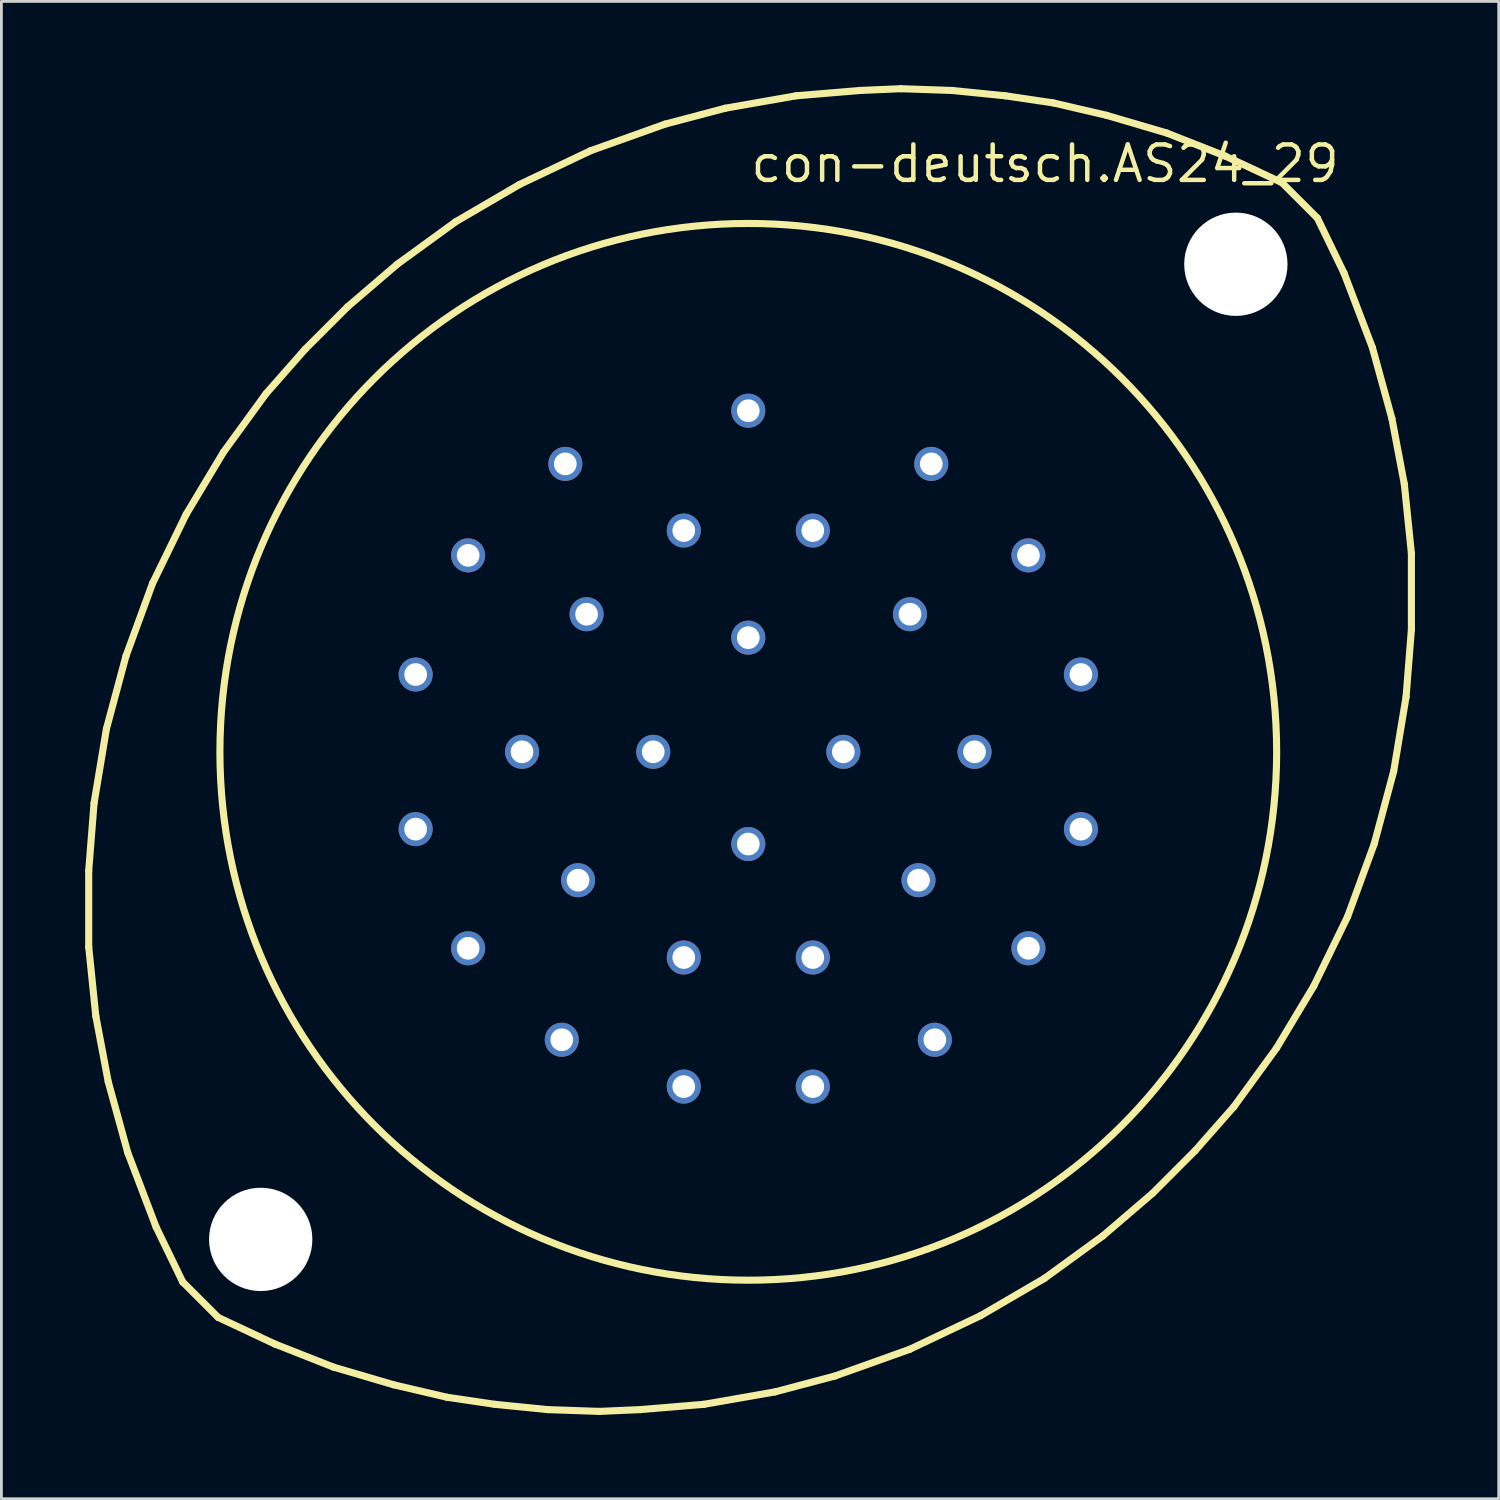
<source format=kicad_pcb>
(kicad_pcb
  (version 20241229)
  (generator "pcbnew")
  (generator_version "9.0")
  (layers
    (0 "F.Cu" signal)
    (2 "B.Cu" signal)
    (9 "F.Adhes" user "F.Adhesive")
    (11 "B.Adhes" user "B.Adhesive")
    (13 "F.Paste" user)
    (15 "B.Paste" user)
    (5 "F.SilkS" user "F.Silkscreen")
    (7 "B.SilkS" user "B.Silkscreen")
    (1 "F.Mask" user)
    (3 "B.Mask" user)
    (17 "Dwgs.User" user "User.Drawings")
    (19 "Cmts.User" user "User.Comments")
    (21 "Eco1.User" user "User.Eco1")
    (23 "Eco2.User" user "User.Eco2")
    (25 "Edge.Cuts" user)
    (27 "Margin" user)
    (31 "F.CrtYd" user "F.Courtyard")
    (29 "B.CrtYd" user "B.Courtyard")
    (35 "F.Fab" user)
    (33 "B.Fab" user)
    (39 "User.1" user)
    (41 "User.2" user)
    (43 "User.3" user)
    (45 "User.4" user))
  (footprint "con-deutsch.AS24_29"
    (layer "F.Cu")
    (at 23.749 23.876)
    (property "Reference" "con-deutsch.AS24_29" (at 0 -20.32 0) (layer "F.SilkS") (effects (font (size 1.27 1.27) (thickness 0.16)) (justify left bottom)))
    (attr through_hole)
    (fp_line (start -23.622 4.255) (end -23.431 1.841) (stroke (width 0.254) (type default)) (layer "F.SilkS"))
    (fp_line (start -23.622 6.985) (end -23.622 4.255) (stroke (width 0.254) (type default)) (layer "F.SilkS"))
    (fp_line (start -23.431 1.841) (end -22.987 -0.826) (stroke (width 0.254) (type default)) (layer "F.SilkS"))
    (fp_line (start -23.368 9.461) (end -23.622 6.985) (stroke (width 0.254) (type default)) (layer "F.SilkS"))
    (fp_line (start -22.987 -0.826) (end -22.288 -3.429) (stroke (width 0.254) (type default)) (layer "F.SilkS"))
    (fp_line (start -22.924 11.811) (end -23.368 9.461) (stroke (width 0.254) (type default)) (layer "F.SilkS"))
    (fp_line (start -22.288 -3.429) (end -21.336 -6.032) (stroke (width 0.254) (type default)) (layer "F.SilkS"))
    (fp_line (start -22.225 14.351) (end -22.924 11.811) (stroke (width 0.254) (type default)) (layer "F.SilkS"))
    (fp_line (start -21.336 -6.032) (end -20.13 -8.509) (stroke (width 0.254) (type default)) (layer "F.SilkS"))
    (fp_line (start -21.209 17.018) (end -22.225 14.351) (stroke (width 0.254) (type default)) (layer "F.SilkS"))
    (fp_line (start -20.256 18.986) (end -21.209 17.018) (stroke (width 0.254) (type default)) (layer "F.SilkS"))
    (fp_line (start -20.256 18.986) (end -18.986 20.256) (stroke (width 0.254) (type default)) (layer "F.SilkS"))
    (fp_line (start -20.13 -8.509) (end -18.796 -10.732) (stroke (width 0.254) (type default)) (layer "F.SilkS"))
    (fp_line (start -18.796 -10.732) (end -17.272 -12.827) (stroke (width 0.254) (type default)) (layer "F.SilkS"))
    (fp_line (start -17.272 -12.827) (end -15.875 -14.415) (stroke (width 0.254) (type default)) (layer "F.SilkS"))
    (fp_line (start -16.954 21.209) (end -18.986 20.256) (stroke (width 0.254) (type default)) (layer "F.SilkS"))
    (fp_line (start -15.875 -14.415) (end -14.351 -15.938) (stroke (width 0.254) (type default)) (layer "F.SilkS"))
    (fp_line (start -14.859 22.035) (end -16.954 21.209) (stroke (width 0.254) (type default)) (layer "F.SilkS"))
    (fp_line (start -14.351 -15.938) (end -12.573 -17.462) (stroke (width 0.254) (type default)) (layer "F.SilkS"))
    (fp_line (start -12.7 22.669) (end -14.859 22.035) (stroke (width 0.254) (type default)) (layer "F.SilkS"))
    (fp_line (start -12.573 -17.462) (end -10.477 -18.986) (stroke (width 0.254) (type default)) (layer "F.SilkS"))
    (fp_line (start -10.795 23.114) (end -12.7 22.669) (stroke (width 0.254) (type default)) (layer "F.SilkS"))
    (fp_line (start -10.477 -18.986) (end -8.191 -20.32) (stroke (width 0.254) (type default)) (layer "F.SilkS"))
    (fp_line (start -9.081 23.368) (end -10.795 23.114) (stroke (width 0.254) (type default)) (layer "F.SilkS"))
    (fp_line (start -8.191 -20.32) (end -5.652 -21.526) (stroke (width 0.254) (type default)) (layer "F.SilkS"))
    (fp_line (start -7.176 23.558) (end -9.081 23.368) (stroke (width 0.254) (type default)) (layer "F.SilkS"))
    (fp_line (start -5.652 -21.526) (end -2.985 -22.479) (stroke (width 0.254) (type default)) (layer "F.SilkS"))
    (fp_line (start -5.334 23.622) (end -7.176 23.558) (stroke (width 0.254) (type default)) (layer "F.SilkS"))
    (fp_line (start -3.873 23.558) (end -5.334 23.622) (stroke (width 0.254) (type default)) (layer "F.SilkS"))
    (fp_line (start -2.985 -22.479) (end -0.826 -23.05) (stroke (width 0.254) (type default)) (layer "F.SilkS"))
    (fp_line (start -1.587 23.368) (end -3.873 23.558) (stroke (width 0.254) (type default)) (layer "F.SilkS"))
    (fp_line (start -0.826 -23.05) (end 1.714 -23.495) (stroke (width 0.254) (type default)) (layer "F.SilkS"))
    (fp_line (start 0.953 22.924) (end -1.587 23.368) (stroke (width 0.254) (type default)) (layer "F.SilkS"))
    (fp_line (start 1.714 -23.495) (end 4 -23.686) (stroke (width 0.254) (type default)) (layer "F.SilkS"))
    (fp_line (start 3.111 22.352) (end 0.953 22.924) (stroke (width 0.254) (type default)) (layer "F.SilkS"))
    (fp_line (start 4 -23.686) (end 5.461 -23.749) (stroke (width 0.254) (type default)) (layer "F.SilkS"))
    (fp_line (start 5.461 -23.749) (end 7.303 -23.686) (stroke (width 0.254) (type default)) (layer "F.SilkS"))
    (fp_line (start 5.779 21.399) (end 3.111 22.352) (stroke (width 0.254) (type default)) (layer "F.SilkS"))
    (fp_line (start 7.303 -23.686) (end 9.207 -23.495) (stroke (width 0.254) (type default)) (layer "F.SilkS"))
    (fp_line (start 8.319 20.193) (end 5.779 21.399) (stroke (width 0.254) (type default)) (layer "F.SilkS"))
    (fp_line (start 9.207 -23.495) (end 10.922 -23.241) (stroke (width 0.254) (type default)) (layer "F.SilkS"))
    (fp_line (start 10.604 18.86) (end 8.319 20.193) (stroke (width 0.254) (type default)) (layer "F.SilkS"))
    (fp_line (start 10.922 -23.241) (end 12.827 -22.797) (stroke (width 0.254) (type default)) (layer "F.SilkS"))
    (fp_line (start 12.7 17.335) (end 10.604 18.86) (stroke (width 0.254) (type default)) (layer "F.SilkS"))
    (fp_line (start 12.827 -22.797) (end 14.986 -22.162) (stroke (width 0.254) (type default)) (layer "F.SilkS"))
    (fp_line (start 14.478 15.812) (end 12.7 17.335) (stroke (width 0.254) (type default)) (layer "F.SilkS"))
    (fp_line (start 14.986 -22.162) (end 17.081 -21.336) (stroke (width 0.254) (type default)) (layer "F.SilkS"))
    (fp_line (start 16.002 14.287) (end 14.478 15.812) (stroke (width 0.254) (type default)) (layer "F.SilkS"))
    (fp_line (start 17.081 -21.336) (end 19.113 -20.384) (stroke (width 0.254) (type default)) (layer "F.SilkS"))
    (fp_line (start 17.399 12.7) (end 16.002 14.287) (stroke (width 0.254) (type default)) (layer "F.SilkS"))
    (fp_line (start 18.923 10.604) (end 17.399 12.7) (stroke (width 0.254) (type default)) (layer "F.SilkS"))
    (fp_line (start 19.113 -20.384) (end 20.384 -19.113) (stroke (width 0.254) (type default)) (layer "F.SilkS"))
    (fp_line (start 20.256 8.382) (end 18.923 10.604) (stroke (width 0.254) (type default)) (layer "F.SilkS"))
    (fp_line (start 20.384 -19.113) (end 21.336 -17.145) (stroke (width 0.254) (type default)) (layer "F.SilkS"))
    (fp_line (start 21.336 -17.145) (end 22.352 -14.478) (stroke (width 0.254) (type default)) (layer "F.SilkS"))
    (fp_line (start 21.463 5.905) (end 20.256 8.382) (stroke (width 0.254) (type default)) (layer "F.SilkS"))
    (fp_line (start 22.352 -14.478) (end 23.05 -11.938) (stroke (width 0.254) (type default)) (layer "F.SilkS"))
    (fp_line (start 22.416 3.302) (end 21.463 5.905) (stroke (width 0.254) (type default)) (layer "F.SilkS"))
    (fp_line (start 23.05 -11.938) (end 23.495 -9.588) (stroke (width 0.254) (type default)) (layer "F.SilkS"))
    (fp_line (start 23.114 0.699) (end 22.416 3.302) (stroke (width 0.254) (type default)) (layer "F.SilkS"))
    (fp_line (start 23.495 -9.588) (end 23.749 -7.112) (stroke (width 0.254) (type default)) (layer "F.SilkS"))
    (fp_line (start 23.558 -1.968) (end 23.114 0.699) (stroke (width 0.254) (type default)) (layer "F.SilkS"))
    (fp_line (start 23.749 -7.112) (end 23.749 -4.381) (stroke (width 0.254) (type default)) (layer "F.SilkS"))
    (fp_line (start 23.749 -4.381) (end 23.558 -1.968) (stroke (width 0.254) (type default)) (layer "F.SilkS"))
    (fp_circle (center 0 0) (end 18.923 0) (stroke (width 0.254) (type default)) (fill no) (layer "F.SilkS"))
    (pad "" np_thru_hole circle (at -17.462 17.462) (size 3.7 3.7) (drill 3.7) (layers "*.Cu" "*.Mask"))
    (pad "" np_thru_hole circle (at 17.462 -17.462) (size 3.7 3.7) (drill 3.7) (layers "*.Cu" "*.Mask"))
    (pad "A" thru_hole circle (at 0 -12.217) (size 1.219 1.219) (drill 0.813) (layers "*.Cu" "*.Mask"))
    (pad "A'" thru_hole circle (at -8.103 0) (size 1.219 1.219) (drill 0.813) (layers "*.Cu" "*.Mask"))
    (pad "B" thru_hole circle (at 6.553 -10.312) (size 1.219 1.219) (drill 0.813) (layers "*.Cu" "*.Mask"))
    (pad "B'" thru_hole circle (at -5.791 -4.928) (size 1.219 1.219) (drill 0.813) (layers "*.Cu" "*.Mask"))
    (pad "C" thru_hole circle (at 10.033 -7.036) (size 1.219 1.219) (drill 0.813) (layers "*.Cu" "*.Mask"))
    (pad "C'" thru_hole circle (at 0 -4.089) (size 1.219 1.219) (drill 0.813) (layers "*.Cu" "*.Mask"))
    (pad "D" thru_hole circle (at 11.913 -2.769) (size 1.219 1.219) (drill 0.813) (layers "*.Cu" "*.Mask"))
    (pad "D'" thru_hole circle (at 3.404 0) (size 1.219 1.219) (drill 0.813) (layers "*.Cu" "*.Mask"))
    (pad "E" thru_hole circle (at 11.913 2.769) (size 1.219 1.219) (drill 0.813) (layers "*.Cu" "*.Mask"))
    (pad "E'" thru_hole circle (at 0 3.302) (size 1.219 1.219) (drill 0.813) (layers "*.Cu" "*.Mask"))
    (pad "F" thru_hole circle (at 10.033 7.036) (size 1.219 1.219) (drill 0.813) (layers "*.Cu" "*.Mask"))
    (pad "F'" thru_hole circle (at -3.404 0) (size 1.219 1.219) (drill 0.813) (layers "*.Cu" "*.Mask"))
    (pad "G" thru_hole circle (at 6.68 10.312) (size 1.219 1.219) (drill 0.813) (layers "*.Cu" "*.Mask"))
    (pad "H" thru_hole circle (at 2.311 11.989) (size 1.219 1.219) (drill 0.813) (layers "*.Cu" "*.Mask"))
    (pad "J" thru_hole circle (at -2.311 11.989) (size 1.219 1.219) (drill 0.813) (layers "*.Cu" "*.Mask"))
    (pad "K" thru_hole circle (at -6.68 10.312) (size 1.219 1.219) (drill 0.813) (layers "*.Cu" "*.Mask"))
    (pad "L" thru_hole circle (at -10.033 7.036) (size 1.219 1.219) (drill 0.813) (layers "*.Cu" "*.Mask"))
    (pad "M" thru_hole circle (at -11.913 2.769) (size 1.219 1.219) (drill 0.813) (layers "*.Cu" "*.Mask"))
    (pad "N" thru_hole circle (at -11.913 -2.769) (size 1.219 1.219) (drill 0.813) (layers "*.Cu" "*.Mask"))
    (pad "P" thru_hole circle (at -10.033 -7.036) (size 1.219 1.219) (drill 0.813) (layers "*.Cu" "*.Mask"))
    (pad "R" thru_hole circle (at -6.553 -10.312) (size 1.219 1.219) (drill 0.813) (layers "*.Cu" "*.Mask"))
    (pad "S" thru_hole circle (at -2.311 -7.925) (size 1.219 1.219) (drill 0.813) (layers "*.Cu" "*.Mask"))
    (pad "T" thru_hole circle (at 2.311 -7.925) (size 1.219 1.219) (drill 0.813) (layers "*.Cu" "*.Mask"))
    (pad "U'" thru_hole circle (at 5.791 -4.928) (size 1.219 1.219) (drill 0.813) (layers "*.Cu" "*.Mask"))
    (pad "V'" thru_hole circle (at 8.103 0) (size 1.219 1.219) (drill 0.813) (layers "*.Cu" "*.Mask"))
    (pad "W'" thru_hole circle (at 6.096 4.597) (size 1.219 1.219) (drill 0.813) (layers "*.Cu" "*.Mask"))
    (pad "X'" thru_hole circle (at 2.311 7.366) (size 1.219 1.219) (drill 0.813) (layers "*.Cu" "*.Mask"))
    (pad "Y'" thru_hole circle (at -2.311 7.366) (size 1.219 1.219) (drill 0.813) (layers "*.Cu" "*.Mask"))
    (pad "Z'" thru_hole circle (at -6.096 4.597) (size 1.219 1.219) (drill 0.813) (layers "*.Cu" "*.Mask")))
  (gr_rect
    (start -3 -3)
    (end 50.625 50.625)
    (stroke (width 0.1) (type default))
    (fill no)
    (layer "Edge.Cuts")))
</source>
